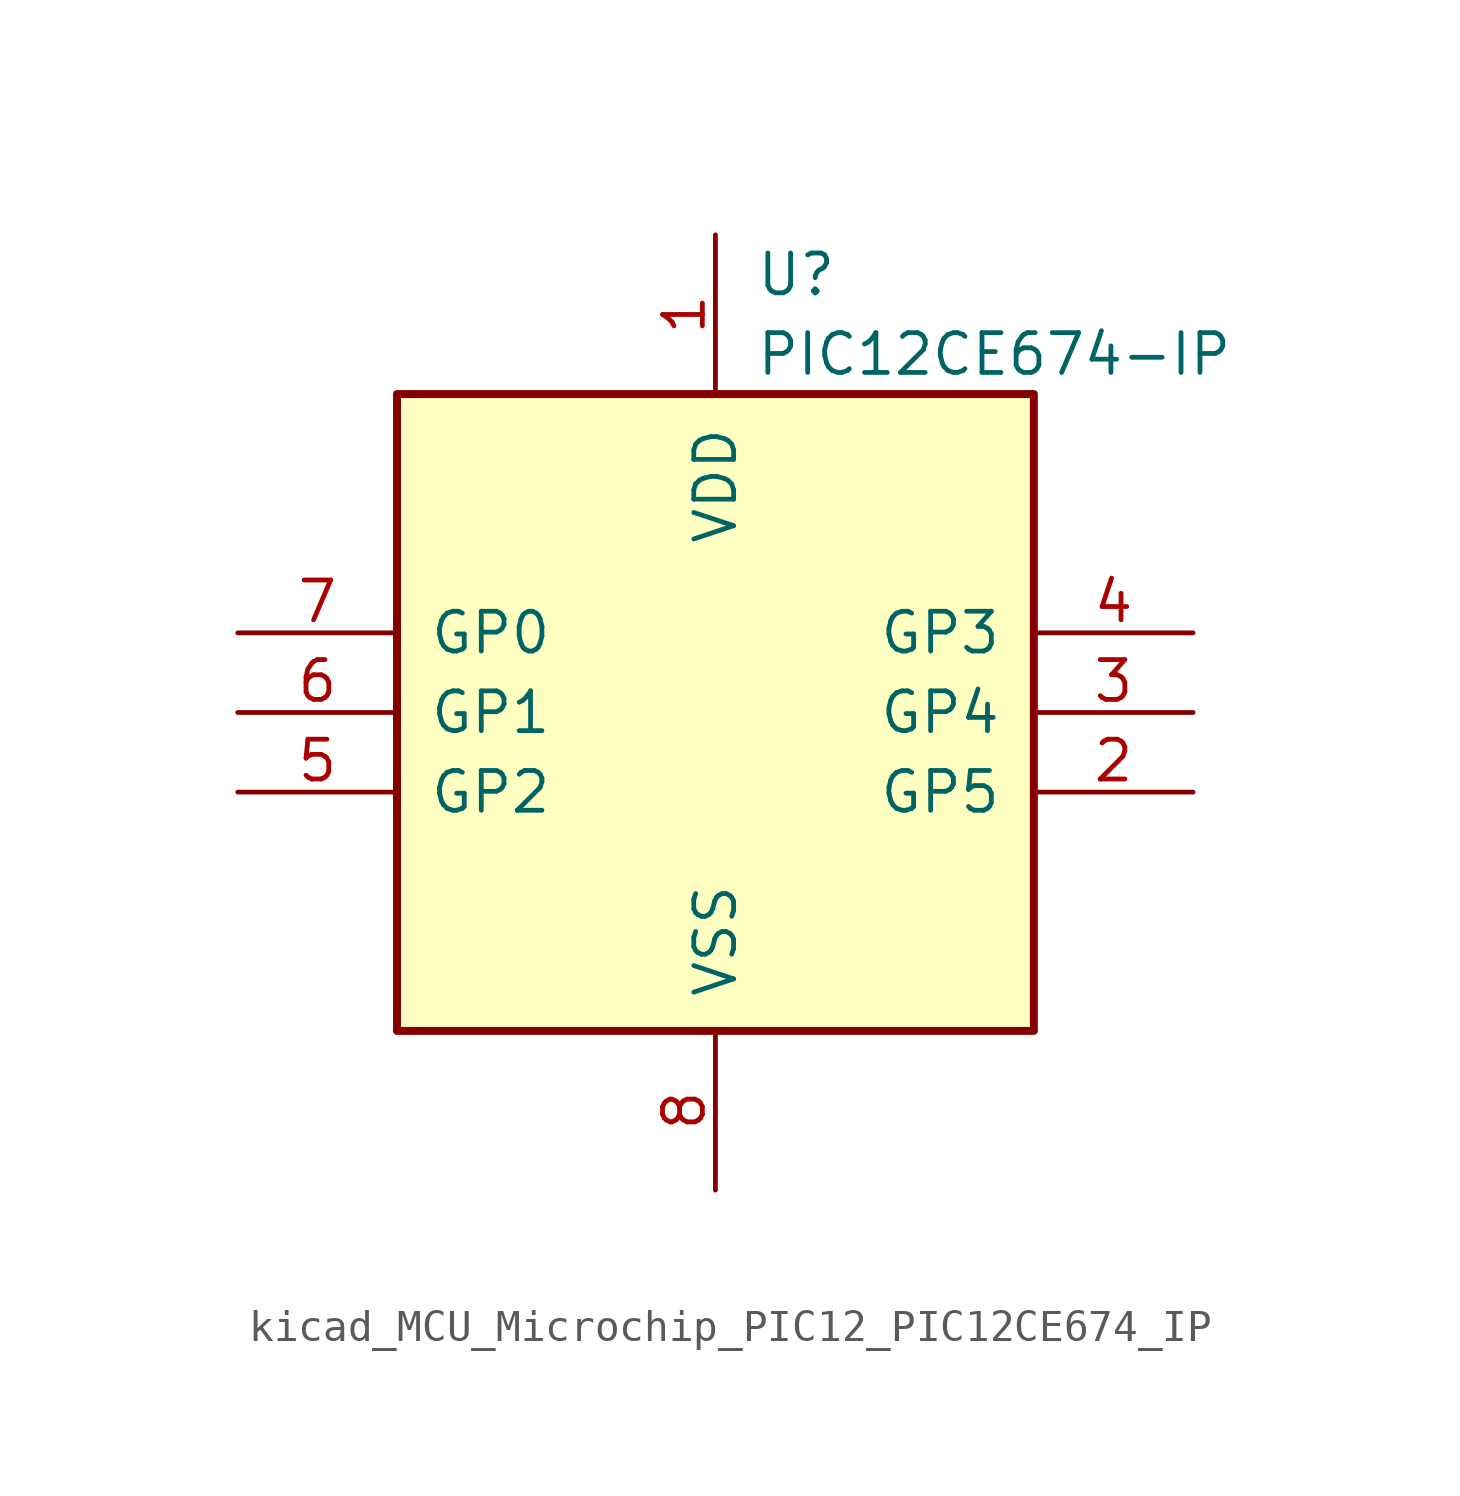
<source format=kicad_sym>
(kicad_symbol_lib
  (version 20220914)
  (generator kicad_symbol_editor)
  (symbol "kicad_MCU_Microchip_PIC12_PIC12CE674_IP"
    (pin_names
      (offset 1.016))
    (property "Reference" "U"
      (at 1.27 13.97 0)
      (effects (font (size 1.27 1.27)) (justify left)))
    (property "Value" "PIC12CE674-IP"
      (at 1.27 11.43 0)
      (effects (font (size 1.27 1.27)) (justify left)))
    (symbol "kicad_MCU_Microchip_PIC12_PIC12CE674_IP_0_1"
      (rectangle (start 10.16 -10.16) (end -10.16 10.16) (stroke (width 0.254) (type default)) (fill (type background))))
    (symbol "kicad_MCU_Microchip_PIC12_PIC12CE674_IP_1_1"
      (pin power_in line (at 0 15.24 270) (length 5.08) (name "VDD" (effects (font (size 1.27 1.27)))) (number "1" (effects (font (size 1.27 1.27)))))
      (pin bidirectional line (at 15.24 -2.54 180) (length 5.08) (name "GP5" (effects (font (size 1.27 1.27)))) (number "2" (effects (font (size 1.27 1.27)))))
      (pin bidirectional line (at 15.24 0 180) (length 5.08) (name "GP4" (effects (font (size 1.27 1.27)))) (number "3" (effects (font (size 1.27 1.27)))))
      (pin input line (at 15.24 2.54 180) (length 5.08) (name "GP3" (effects (font (size 1.27 1.27)))) (number "4" (effects (font (size 1.27 1.27)))))
      (pin bidirectional line (at -15.24 -2.54 0) (length 5.08) (name "GP2" (effects (font (size 1.27 1.27)))) (number "5" (effects (font (size 1.27 1.27)))))
      (pin bidirectional line (at -15.24 0 0) (length 5.08) (name "GP1" (effects (font (size 1.27 1.27)))) (number "6" (effects (font (size 1.27 1.27)))))
      (pin bidirectional line (at -15.24 2.54 0) (length 5.08) (name "GP0" (effects (font (size 1.27 1.27)))) (number "7" (effects (font (size 1.27 1.27)))))
      (pin power_in line (at 0 -15.24 90) (length 5.08) (name "VSS" (effects (font (size 1.27 1.27)))) (number "8" (effects (font (size 1.27 1.27))))))))
</source>
